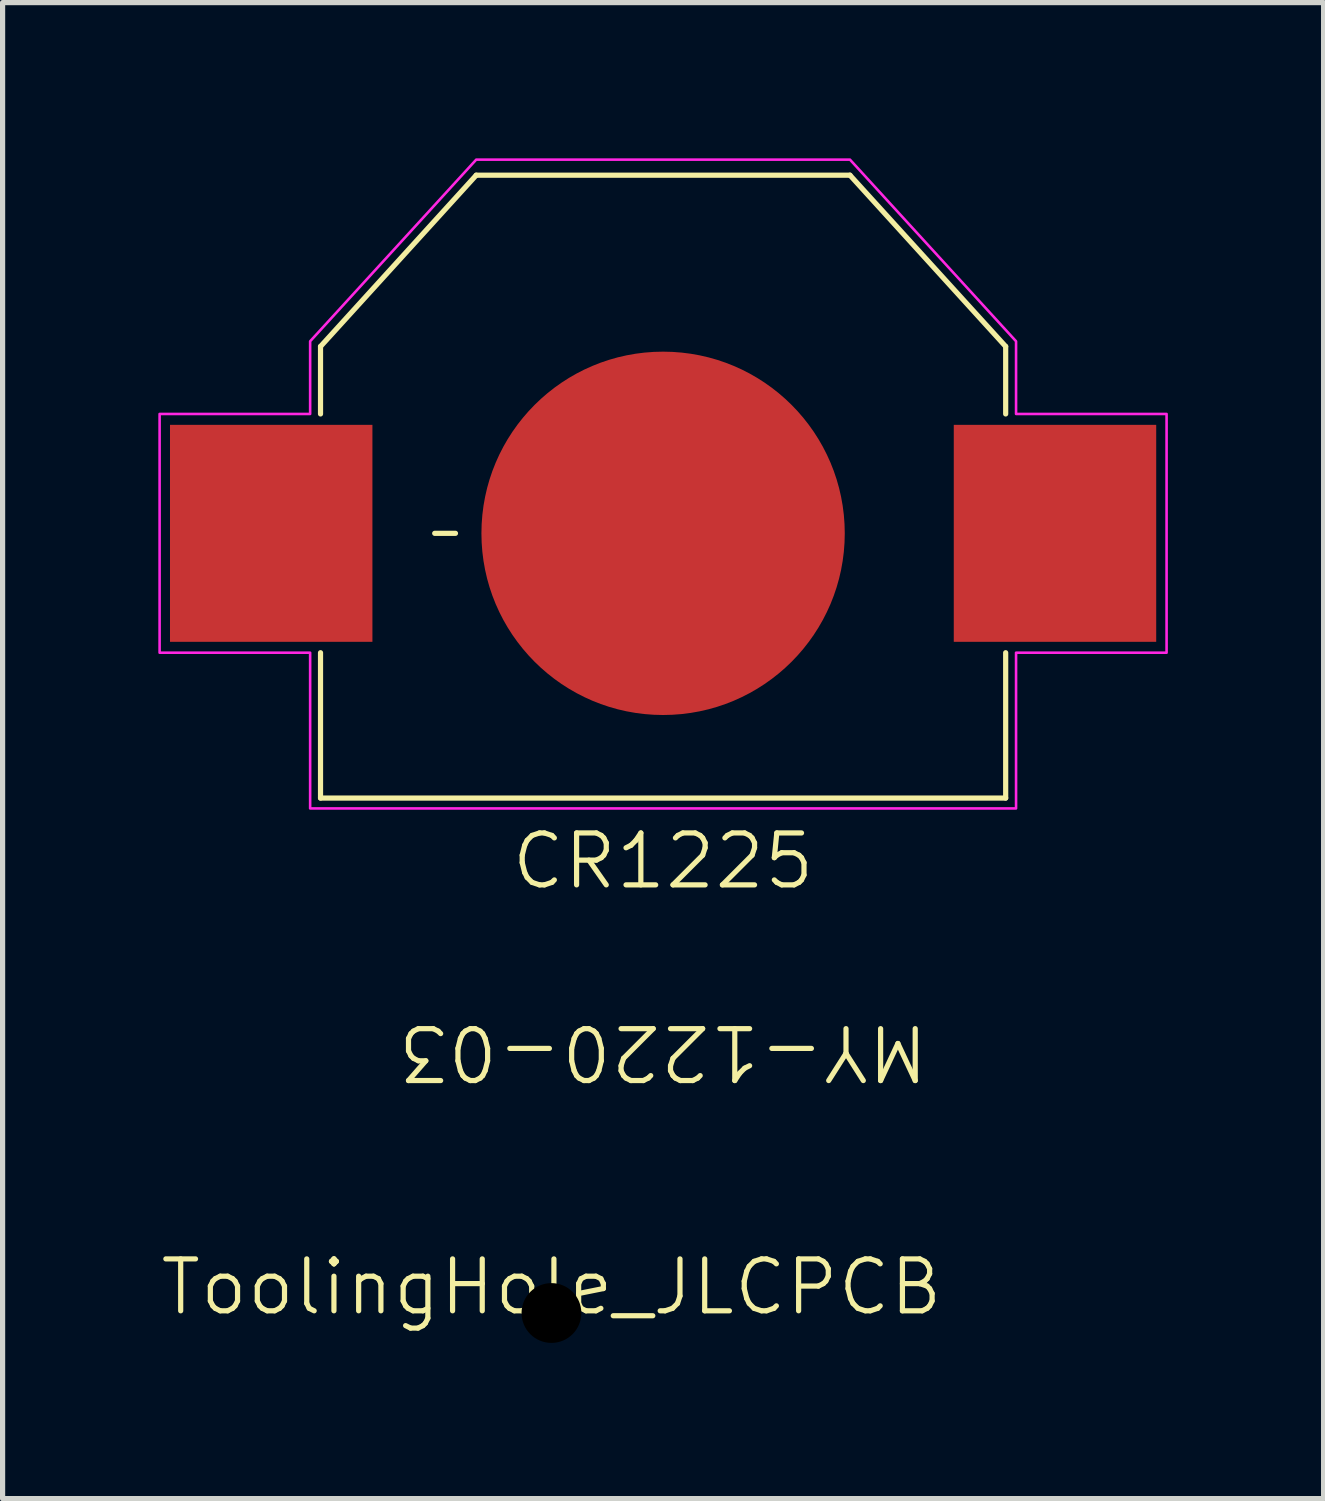
<source format=kicad_pcb>
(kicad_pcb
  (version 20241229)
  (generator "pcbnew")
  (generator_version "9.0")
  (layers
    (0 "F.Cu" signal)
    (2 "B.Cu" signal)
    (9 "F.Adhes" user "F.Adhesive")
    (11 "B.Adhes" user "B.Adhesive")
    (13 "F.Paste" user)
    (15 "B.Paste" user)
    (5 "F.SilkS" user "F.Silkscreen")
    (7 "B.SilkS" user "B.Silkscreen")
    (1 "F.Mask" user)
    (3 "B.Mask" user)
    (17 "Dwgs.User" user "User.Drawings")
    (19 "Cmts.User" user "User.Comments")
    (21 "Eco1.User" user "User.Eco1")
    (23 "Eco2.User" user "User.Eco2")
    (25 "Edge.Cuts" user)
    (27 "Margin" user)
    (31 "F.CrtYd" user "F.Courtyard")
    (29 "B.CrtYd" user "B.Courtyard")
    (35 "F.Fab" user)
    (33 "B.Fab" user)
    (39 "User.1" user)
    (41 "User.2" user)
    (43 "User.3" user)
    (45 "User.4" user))
  (footprint "MY-1220-03"
    (layer "F.Cu")
    (at 9.725 7.225)
    (property "Reference" "MY-1220-03" (at 0 10 180) (unlocked yes) (layer "F.SilkS") (effects (font (size 1 1) (thickness 0.1))))
    (attr smd)
    (fp_line (start -6.6 -3.6) (end -6.6 -2.3) (stroke (width 0.1) (type default)) (layer "F.SilkS"))
    (fp_line (start -6.6 5.1) (end -6.6 2.3) (stroke (width 0.1) (type default)) (layer "F.SilkS"))
    (fp_line (start -4 0) (end -4.4 0) (stroke (width 0.1) (type default)) (layer "F.SilkS"))
    (fp_line (start -3.6 -6.9) (end -6.6 -3.6) (stroke (width 0.1) (type default)) (layer "F.SilkS"))
    (fp_line (start 3.6 -6.9) (end -3.6 -6.9) (stroke (width 0.1) (type default)) (layer "F.SilkS"))
    (fp_line (start 3.6 -6.9) (end 6.6 -3.6) (stroke (width 0.1) (type default)) (layer "F.SilkS"))
    (fp_line (start 6.6 -3.6) (end 6.6 -2.3) (stroke (width 0.1) (type default)) (layer "F.SilkS"))
    (fp_line (start 6.6 5.1) (end -6.6 5.1) (stroke (width 0.1) (type default)) (layer "F.SilkS"))
    (fp_line (start 6.6 5.1) (end 6.6 2.3) (stroke (width 0.1) (type default)) (layer "F.SilkS"))
    (fp_poly (pts (xy -6.8 5.3) (xy -6.8 2.3) (xy -9.7 2.3) (xy -9.7 -2.3) (xy -6.8 -2.3) (xy -6.8 -3.7) (xy -3.6 -7.2) (xy 3.6 -7.2) (xy 6.8 -3.7) (xy 6.8 -2.3) (xy 9.7 -2.3) (xy 9.7 2.3) (xy 6.8 2.3) (xy 6.8 5.3)) (stroke (width 0.05) (type solid)) (fill no) (layer "F.CrtYd"))
    (fp_text user "CR1225" (at 0 6.9 0) (unlocked yes) (layer "F.SilkS") (effects (font (size 1 1) (thickness 0.1)) (justify bottom)))
    (pad "" smd rect (at -7.55 0 180) (size 3.9 4.18) (layers "F.Cu" "F.Mask" "F.Paste"))
    (pad "1" smd rect (at 7.55 0 180) (size 3.9 4.18) (layers "F.Cu" "F.Mask" "F.Paste"))
    (pad "2" smd circle (at 0 0 180) (size 7 7) (layers "F.Cu" "F.Mask" "F.Paste")))
  (footprint "ToolingHole_JLCPCB"
    (layer "F.Cu")
    (at 7.574 22.246)
    (property "Reference" "ToolingHole_JLCPCB" (at 0 -0.5 0) (unlocked yes) (layer "F.SilkS") (effects (font (size 1 1) (thickness 0.1))))
    (attr through_hole board_only)
    (pad "" np_thru_hole circle (at 0 0) (size 1.152 1.152) (drill 1.152) (layers "*.Mask")))
  (gr_rect
    (start -3 -3)
    (end 22.45 25.822)
    (stroke (width 0.1) (type default))
    (fill no)
    (layer "Edge.Cuts")))
</source>
